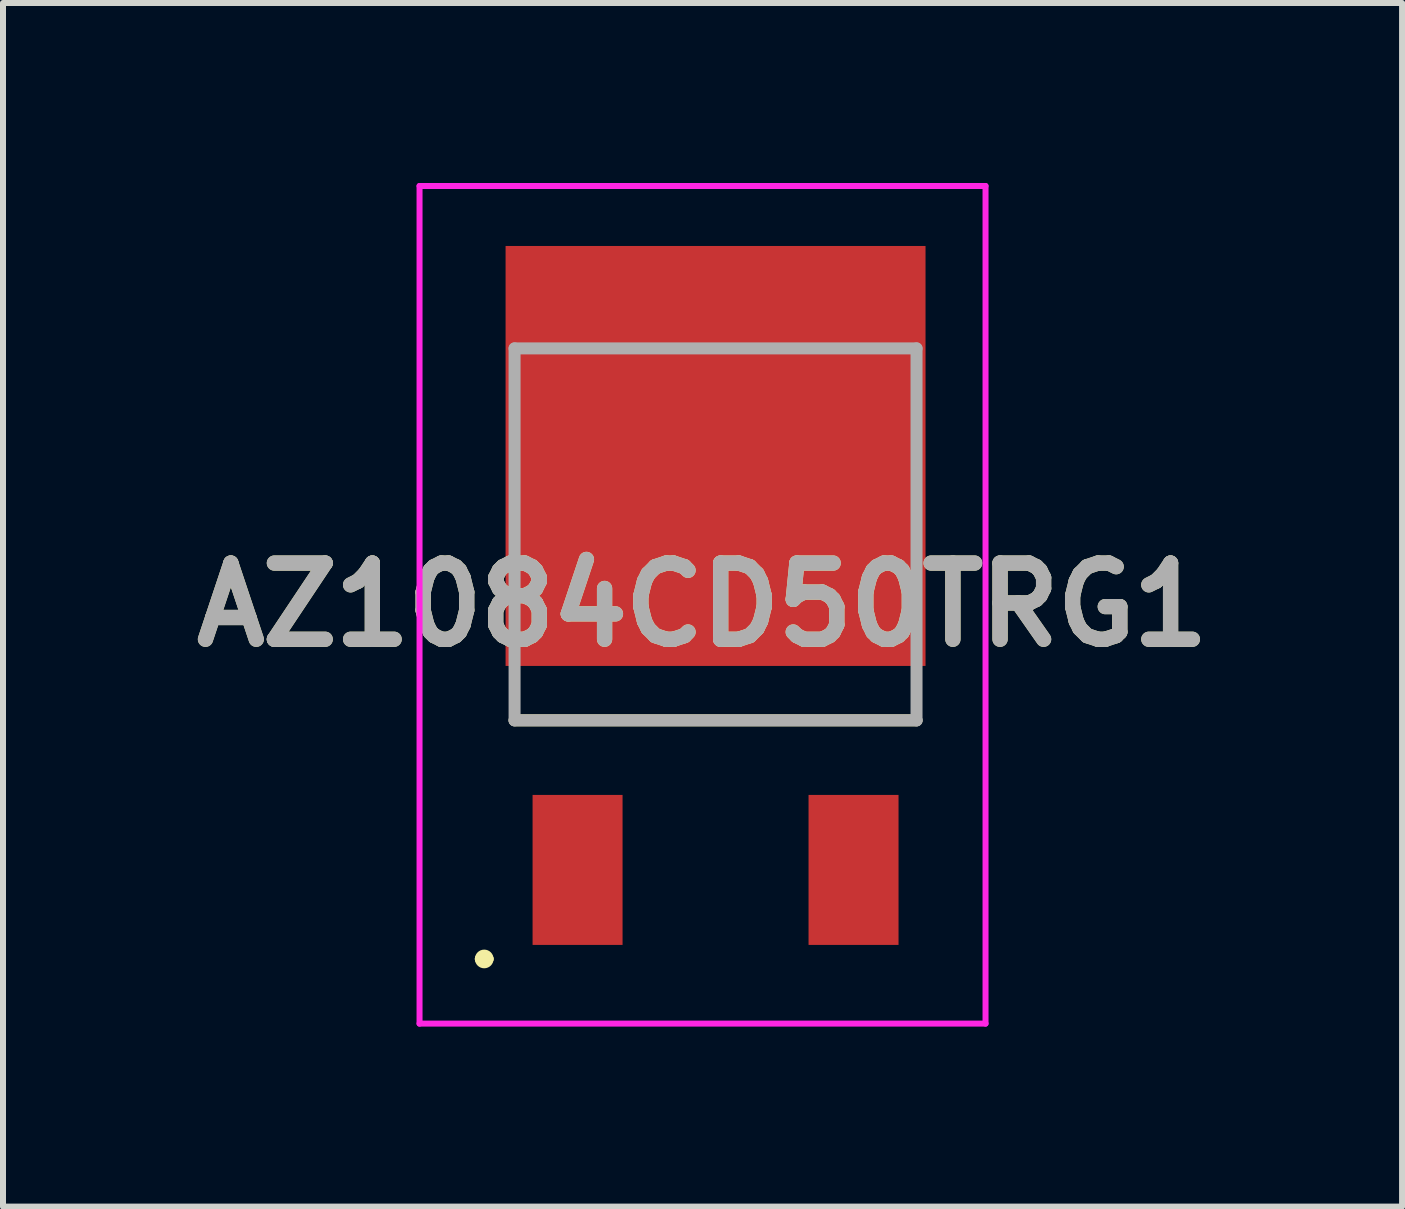
<source format=kicad_pcb>
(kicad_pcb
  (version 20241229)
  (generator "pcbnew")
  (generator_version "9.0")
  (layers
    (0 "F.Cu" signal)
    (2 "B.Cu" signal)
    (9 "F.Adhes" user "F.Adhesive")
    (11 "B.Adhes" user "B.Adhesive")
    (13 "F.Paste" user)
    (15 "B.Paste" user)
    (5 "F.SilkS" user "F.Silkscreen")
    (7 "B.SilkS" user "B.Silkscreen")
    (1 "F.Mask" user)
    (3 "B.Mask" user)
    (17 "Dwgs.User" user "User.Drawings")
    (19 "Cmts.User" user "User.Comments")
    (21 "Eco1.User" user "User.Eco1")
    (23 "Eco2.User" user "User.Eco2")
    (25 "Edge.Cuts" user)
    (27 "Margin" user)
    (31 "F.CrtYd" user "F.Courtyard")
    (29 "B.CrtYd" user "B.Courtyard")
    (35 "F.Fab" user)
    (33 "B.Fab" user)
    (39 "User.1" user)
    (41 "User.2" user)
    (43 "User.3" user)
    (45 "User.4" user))
  (footprint "AZ1084CD50TRG1"
    (layer "F.Cu")
    (at 8.877 8.957)
    (property "Reference" "AZ1084CD50TRG1" (at -0.217 -1.926 0) (layer "F.SilkS") (effects (font (size 1.27 1.27) (thickness 0.254))))
    (attr smd)
    (fp_line (start -3.934 3.977) (end -3.934 3.977) (stroke (width 0.156) (type solid)) (layer "F.SilkS"))
    (fp_line (start -3.778 3.977) (end -3.778 3.977) (stroke (width 0.156) (type solid)) (layer "F.SilkS"))
    (fp_line (start -3.35 0) (end 3.35 0) (stroke (width 0.2) (type solid)) (layer "F.SilkS"))
    (fp_arc (start -3.934 3.977) (mid -3.856 3.899) (end -3.778 3.977) (stroke (width 0.15563) (type solid)) (layer "F.SilkS"))
    (fp_arc (start -3.778 3.977) (mid -3.856 4.055) (end -3.934 3.977) (stroke (width 0.15563) (type solid)) (layer "F.SilkS"))
    (fp_line (start -4.934 -8.907) (end 4.5 -8.907) (stroke (width 0.1) (type solid)) (layer "F.CrtYd"))
    (fp_line (start -4.934 5.055) (end -4.934 -8.907) (stroke (width 0.1) (type solid)) (layer "F.CrtYd"))
    (fp_line (start 4.5 -8.907) (end 4.5 5.055) (stroke (width 0.1) (type solid)) (layer "F.CrtYd"))
    (fp_line (start 4.5 5.055) (end -4.934 5.055) (stroke (width 0.1) (type solid)) (layer "F.CrtYd"))
    (fp_line (start -3.35 -6.2) (end 3.35 -6.2) (stroke (width 0.2) (type solid)) (layer "F.Fab"))
    (fp_line (start -3.35 0) (end -3.35 -6.2) (stroke (width 0.2) (type solid)) (layer "F.Fab"))
    (fp_line (start 3.35 -6.2) (end 3.35 0) (stroke (width 0.2) (type solid)) (layer "F.Fab"))
    (fp_line (start 3.35 0) (end -3.35 0) (stroke (width 0.2) (type solid)) (layer "F.Fab"))
    (fp_text user "${REFERENCE}" (at -0.217 -1.926 0) (layer "F.Fab") (effects (font (size 1.27 1.27) (thickness 0.254))))
    (pad "1" smd rect (at -2.3 2.493) (size 1.5 2.5) (layers "F.Cu" "F.Mask" "F.Paste"))
    (pad "2" smd rect (at 0 -4.407 90) (size 7 7) (layers "F.Cu" "F.Mask" "F.Paste"))
    (pad "3" smd rect (at 2.3 2.493) (size 1.5 2.5) (layers "F.Cu" "F.Mask" "F.Paste")))
  (gr_rect
    (start -3 -3)
    (end 20.32 17.062)
    (stroke (width 0.1) (type default))
    (fill no)
    (layer "Edge.Cuts")))
</source>
